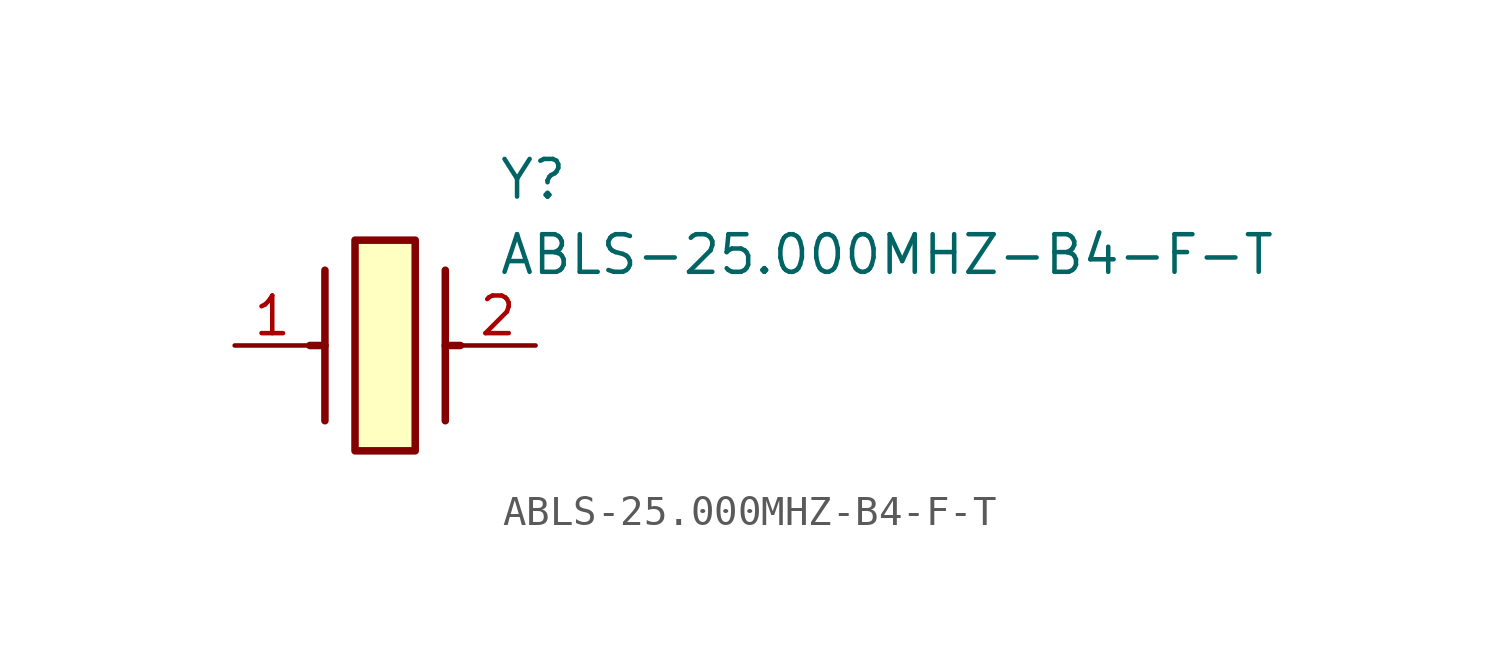
<source format=kicad_sym>
(kicad_symbol_lib
  (version 20211014)
  (generator SamacSys_ECAD_Model)
  (symbol "ABLS-25.000MHZ-B4-F-T"
    (pin_names hide)
    (property "Reference" "Y"
      (at 8.89 6.35 0)
      (effects (font (size 1.27 1.27)) (justify left top)))
    (property "Value" "ABLS-25.000MHZ-B4-F-T"
      (at 8.89 3.81 0)
      (effects (font (size 1.27 1.27)) (justify left top)))
    (rectangle
      (start 4.064 3.556)
      (end 6.096 -3.556)
      (stroke (width 0.254) (type default))
      (fill (type background)))
    (polyline
      (pts (xy 3.048 2.54) (xy 3.048 -2.54))
      (stroke (width 0.254) (type default))
      (fill (type none)))
    (polyline
      (pts (xy 7.112 2.54) (xy 7.112 -2.54))
      (stroke (width 0.254) (type default))
      (fill (type none)))
    (polyline
      (pts (xy 7.112 0) (xy 7.62 0))
      (stroke (width 0.254) (type default))
      (fill (type none)))
    (polyline
      (pts (xy 3.048 0) (xy 2.54 0))
      (stroke (width 0.254) (type default))
      (fill (type none)))
    (pin passive line
      (at 0 0 0)
      (length 2.54)
      (name "1" (effects (font (size 1.27 1.27))))
      (number "1" (effects (font (size 1.27 1.27)))))
    (pin passive line
      (at 10.16 0 180)
      (length 2.54)
      (name "2" (effects (font (size 1.27 1.27))))
      (number "2" (effects (font (size 1.27 1.27)))))))
</source>
